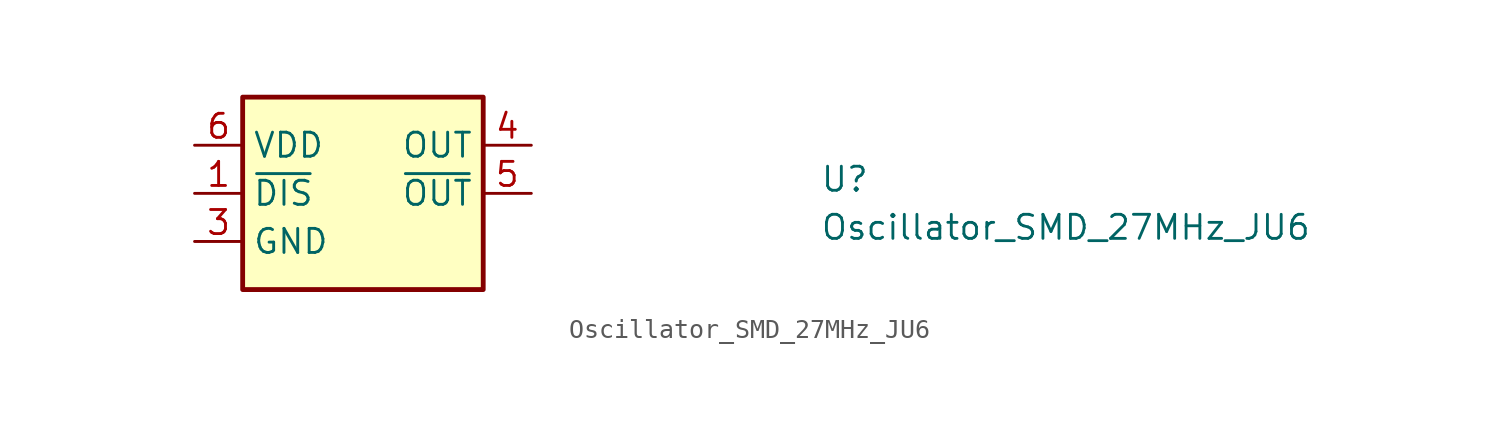
<source format=kicad_sym>
(kicad_symbol_lib
  (version 20211014)
  (generator kicad_symbol_editor)
  (symbol "Oscillator_SMD_27MHz_JU6"
    (property "Reference" "U"
      (at 33.02 -2.54 0)
      (effects (font (size 1.27 1.27) (thickness 0.15)) (justify left bottom)))
    (property "Value" "Oscillator_SMD_27MHz_JU6"
      (at 33.02 -5.08 0)
      (effects (font (size 1.27 1.27) (thickness 0.15)) (justify left bottom)))
    (symbol "Oscillator_SMD_27MHz_JU6_1_1"
      (rectangle (start 2.54 2.54) (end 15.24 -7.62) (stroke (width 0.254) (type default) (color 0 0 0 0)) (fill (type background)))
      (pin input line (at 0 -2.54 0) (length 2.54) (name "~{DIS}" (effects (font (size 1.27 1.27)))) (number "1" (effects (font (size 1.27 1.27)))))
      (pin no_connect line (at 15.24 -5.08 180) (length 2.54) hide (name "NC" (effects (font (size 1.27 1.27)))) (number "2" (effects (font (size 1.27 1.27)))))
      (pin power_in line (at 0 -5.08 0) (length 2.54) (name "GND" (effects (font (size 1.27 1.27)))) (number "3" (effects (font (size 1.27 1.27)))))
      (pin output line (at 17.78 0 180) (length 2.54) (name "OUT" (effects (font (size 1.27 1.27)))) (number "4" (effects (font (size 1.27 1.27)))))
      (pin output line (at 17.78 -2.54 180) (length 2.54) (name "~{OUT}" (effects (font (size 1.27 1.27)))) (number "5" (effects (font (size 1.27 1.27)))))
      (pin power_in line (at 0 0 0) (length 2.54) (name "VDD" (effects (font (size 1.27 1.27)))) (number "6" (effects (font (size 1.27 1.27))))))))
</source>
